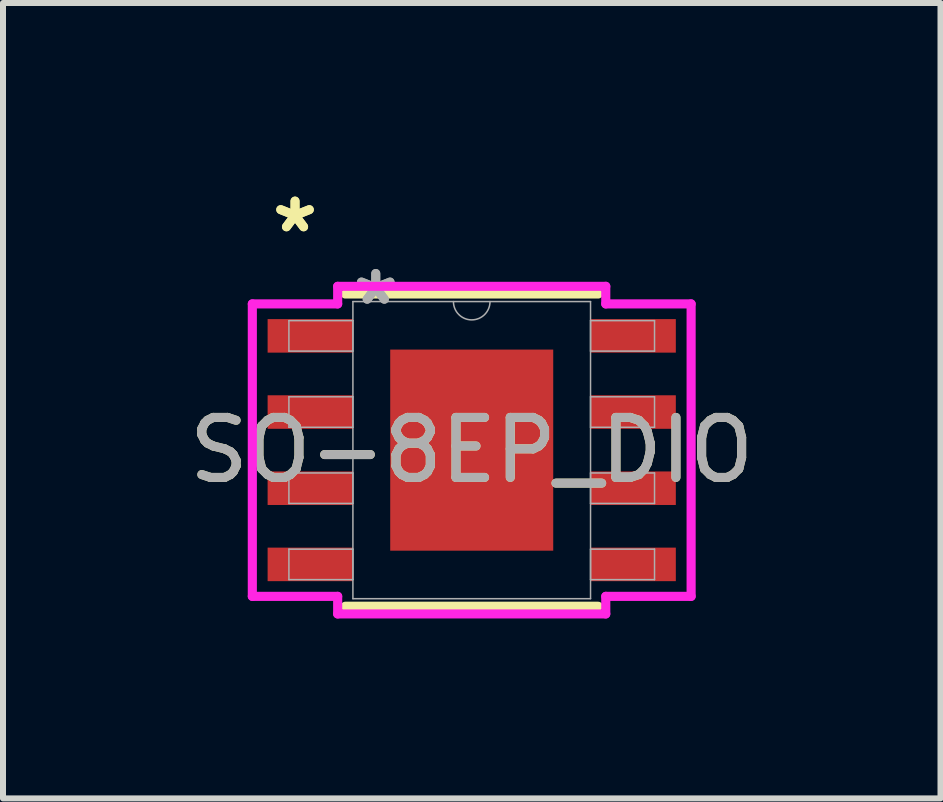
<source format=kicad_pcb>
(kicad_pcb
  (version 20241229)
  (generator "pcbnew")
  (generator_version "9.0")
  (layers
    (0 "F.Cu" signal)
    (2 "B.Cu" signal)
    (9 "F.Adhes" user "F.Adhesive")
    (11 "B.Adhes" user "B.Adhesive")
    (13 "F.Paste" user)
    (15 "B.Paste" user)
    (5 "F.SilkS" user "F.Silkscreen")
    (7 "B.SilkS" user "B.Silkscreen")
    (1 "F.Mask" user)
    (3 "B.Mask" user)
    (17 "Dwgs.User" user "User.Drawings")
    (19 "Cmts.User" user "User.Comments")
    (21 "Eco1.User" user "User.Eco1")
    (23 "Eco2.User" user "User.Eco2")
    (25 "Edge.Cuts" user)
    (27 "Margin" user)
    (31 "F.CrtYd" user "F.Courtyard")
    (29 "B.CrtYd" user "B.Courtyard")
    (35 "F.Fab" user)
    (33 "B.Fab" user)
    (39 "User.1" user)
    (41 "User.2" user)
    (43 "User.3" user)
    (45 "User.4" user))
  (footprint "SO-8EP_DIO"
    (layer "F.Cu")
    (at 4.815 4.455)
    (property "Reference" "SO-8EP_DIO" (at 0 0 0) (unlocked yes) (layer "F.SilkS") (effects (font (size 1 1) (thickness 0.15))))
    (attr smd)
    (fp_line (start -2.108 2.603) (end 2.108 2.603) (stroke (width 0.152) (type solid)) (layer "F.SilkS"))
    (fp_line (start 2.108 -2.603) (end -2.108 -2.603) (stroke (width 0.152) (type solid)) (layer "F.SilkS"))
    (fp_poly (pts (xy -1.259 -1.576) (xy -1.259 -0.1) (xy -0.1 -0.1) (xy -0.1 -1.576)) (stroke (width 0) (type solid)) (fill yes) (layer "F.Paste"))
    (fp_poly (pts (xy -1.259 0.1) (xy -1.259 1.576) (xy -0.1 1.576) (xy -0.1 0.1)) (stroke (width 0) (type solid)) (fill yes) (layer "F.Paste"))
    (fp_poly (pts (xy 0.1 -1.576) (xy 0.1 -0.1) (xy 1.259 -0.1) (xy 1.259 -1.576)) (stroke (width 0) (type solid)) (fill yes) (layer "F.Paste"))
    (fp_poly (pts (xy 0.1 0.1) (xy 0.1 1.576) (xy 1.259 1.576) (xy 1.259 0.1)) (stroke (width 0) (type solid)) (fill yes) (layer "F.Paste"))
    (fp_line (start -3.658 -2.438) (end -2.235 -2.438) (stroke (width 0.152) (type solid)) (layer "F.CrtYd"))
    (fp_line (start -3.658 2.438) (end -3.658 -2.438) (stroke (width 0.152) (type solid)) (layer "F.CrtYd"))
    (fp_line (start -3.658 2.438) (end -2.235 2.438) (stroke (width 0.152) (type solid)) (layer "F.CrtYd"))
    (fp_line (start -2.235 -2.731) (end 2.235 -2.731) (stroke (width 0.152) (type solid)) (layer "F.CrtYd"))
    (fp_line (start -2.235 -2.438) (end -2.235 -2.731) (stroke (width 0.152) (type solid)) (layer "F.CrtYd"))
    (fp_line (start -2.235 2.731) (end -2.235 2.438) (stroke (width 0.152) (type solid)) (layer "F.CrtYd"))
    (fp_line (start 2.235 -2.731) (end 2.235 -2.438) (stroke (width 0.152) (type solid)) (layer "F.CrtYd"))
    (fp_line (start 2.235 2.438) (end 2.235 2.731) (stroke (width 0.152) (type solid)) (layer "F.CrtYd"))
    (fp_line (start 2.235 2.731) (end -2.235 2.731) (stroke (width 0.152) (type solid)) (layer "F.CrtYd"))
    (fp_line (start 3.658 -2.438) (end 2.235 -2.438) (stroke (width 0.152) (type solid)) (layer "F.CrtYd"))
    (fp_line (start 3.658 -2.438) (end 3.658 2.438) (stroke (width 0.152) (type solid)) (layer "F.CrtYd"))
    (fp_line (start 3.658 2.438) (end 2.235 2.438) (stroke (width 0.152) (type solid)) (layer "F.CrtYd"))
    (fp_line (start -3.048 -2.159) (end -3.048 -1.651) (stroke (width 0.025) (type solid)) (layer "F.Fab"))
    (fp_line (start -3.048 -1.651) (end -1.981 -1.651) (stroke (width 0.025) (type solid)) (layer "F.Fab"))
    (fp_line (start -3.048 -0.889) (end -3.048 -0.381) (stroke (width 0.025) (type solid)) (layer "F.Fab"))
    (fp_line (start -3.048 -0.381) (end -1.981 -0.381) (stroke (width 0.025) (type solid)) (layer "F.Fab"))
    (fp_line (start -3.048 0.381) (end -3.048 0.889) (stroke (width 0.025) (type solid)) (layer "F.Fab"))
    (fp_line (start -3.048 0.889) (end -1.981 0.889) (stroke (width 0.025) (type solid)) (layer "F.Fab"))
    (fp_line (start -3.048 1.651) (end -3.048 2.159) (stroke (width 0.025) (type solid)) (layer "F.Fab"))
    (fp_line (start -3.048 2.159) (end -1.981 2.159) (stroke (width 0.025) (type solid)) (layer "F.Fab"))
    (fp_line (start -1.981 -2.477) (end -1.981 2.477) (stroke (width 0.025) (type solid)) (layer "F.Fab"))
    (fp_line (start -1.981 -2.159) (end -3.048 -2.159) (stroke (width 0.025) (type solid)) (layer "F.Fab"))
    (fp_line (start -1.981 -1.651) (end -1.981 -2.159) (stroke (width 0.025) (type solid)) (layer "F.Fab"))
    (fp_line (start -1.981 -0.889) (end -3.048 -0.889) (stroke (width 0.025) (type solid)) (layer "F.Fab"))
    (fp_line (start -1.981 -0.381) (end -1.981 -0.889) (stroke (width 0.025) (type solid)) (layer "F.Fab"))
    (fp_line (start -1.981 0.381) (end -3.048 0.381) (stroke (width 0.025) (type solid)) (layer "F.Fab"))
    (fp_line (start -1.981 0.889) (end -1.981 0.381) (stroke (width 0.025) (type solid)) (layer "F.Fab"))
    (fp_line (start -1.981 1.651) (end -3.048 1.651) (stroke (width 0.025) (type solid)) (layer "F.Fab"))
    (fp_line (start -1.981 2.159) (end -1.981 1.651) (stroke (width 0.025) (type solid)) (layer "F.Fab"))
    (fp_line (start -1.981 2.477) (end 1.981 2.477) (stroke (width 0.025) (type solid)) (layer "F.Fab"))
    (fp_line (start 1.981 -2.477) (end -1.981 -2.477) (stroke (width 0.025) (type solid)) (layer "F.Fab"))
    (fp_line (start 1.981 -2.159) (end 1.981 -1.651) (stroke (width 0.025) (type solid)) (layer "F.Fab"))
    (fp_line (start 1.981 -1.651) (end 3.048 -1.651) (stroke (width 0.025) (type solid)) (layer "F.Fab"))
    (fp_line (start 1.981 -0.889) (end 1.981 -0.381) (stroke (width 0.025) (type solid)) (layer "F.Fab"))
    (fp_line (start 1.981 -0.381) (end 3.048 -0.381) (stroke (width 0.025) (type solid)) (layer "F.Fab"))
    (fp_line (start 1.981 0.381) (end 1.981 0.889) (stroke (width 0.025) (type solid)) (layer "F.Fab"))
    (fp_line (start 1.981 0.889) (end 3.048 0.889) (stroke (width 0.025) (type solid)) (layer "F.Fab"))
    (fp_line (start 1.981 1.651) (end 1.981 2.159) (stroke (width 0.025) (type solid)) (layer "F.Fab"))
    (fp_line (start 1.981 2.159) (end 3.048 2.159) (stroke (width 0.025) (type solid)) (layer "F.Fab"))
    (fp_line (start 1.981 2.477) (end 1.981 -2.477) (stroke (width 0.025) (type solid)) (layer "F.Fab"))
    (fp_line (start 3.048 -2.159) (end 1.981 -2.159) (stroke (width 0.025) (type solid)) (layer "F.Fab"))
    (fp_line (start 3.048 -1.651) (end 3.048 -2.159) (stroke (width 0.025) (type solid)) (layer "F.Fab"))
    (fp_line (start 3.048 -0.889) (end 1.981 -0.889) (stroke (width 0.025) (type solid)) (layer "F.Fab"))
    (fp_line (start 3.048 -0.381) (end 3.048 -0.889) (stroke (width 0.025) (type solid)) (layer "F.Fab"))
    (fp_line (start 3.048 0.381) (end 1.981 0.381) (stroke (width 0.025) (type solid)) (layer "F.Fab"))
    (fp_line (start 3.048 0.889) (end 3.048 0.381) (stroke (width 0.025) (type solid)) (layer "F.Fab"))
    (fp_line (start 3.048 1.651) (end 1.981 1.651) (stroke (width 0.025) (type solid)) (layer "F.Fab"))
    (fp_line (start 3.048 2.159) (end 3.048 1.651) (stroke (width 0.025) (type solid)) (layer "F.Fab"))
    (fp_arc (start 0.3048 -2.4765) (mid 0 -2.1717) (end -0.3048 -2.4765) (stroke (width 0.0254) (type solid)) (layer "F.Fab"))
    (fp_text user "*" (at -2.946 -3.607 0) (unlocked yes) (layer "F.SilkS") (effects (font (size 1 1) (thickness 0.15))))
    (fp_text user "*" (at -2.946 -3.607 0) (layer "F.SilkS") (effects (font (size 1 1) (thickness 0.15))))
    (fp_text user "${REFERENCE}" (at 0 0 0) (unlocked yes) (layer "F.Fab") (effects (font (size 1 1) (thickness 0.15))))
    (fp_text user "*" (at -1.6 -2.4 0) (unlocked yes) (layer "F.Fab") (effects (font (size 1 1) (thickness 0.15))))
    (fp_text user "*" (at -1.6 -2.4 0) (layer "F.Fab") (effects (font (size 1 1) (thickness 0.15))))
    (pad "1" smd rect (at -2.692 -1.905) (size 1.422 0.559) (layers "F.Cu" "F.Mask" "F.Paste"))
    (pad "2" smd rect (at -2.692 -0.635) (size 1.422 0.559) (layers "F.Cu" "F.Mask" "F.Paste"))
    (pad "3" smd rect (at -2.692 0.635) (size 1.422 0.559) (layers "F.Cu" "F.Mask" "F.Paste"))
    (pad "4" smd rect (at -2.692 1.905) (size 1.422 0.559) (layers "F.Cu" "F.Mask" "F.Paste"))
    (pad "5" smd rect (at 2.692 1.905) (size 1.422 0.559) (layers "F.Cu" "F.Mask" "F.Paste"))
    (pad "6" smd rect (at 2.692 0.635) (size 1.422 0.559) (layers "F.Cu" "F.Mask" "F.Paste"))
    (pad "7" smd rect (at 2.692 -0.635) (size 1.422 0.559) (layers "F.Cu" "F.Mask" "F.Paste"))
    (pad "8" smd rect (at 2.692 -1.905) (size 1.422 0.559) (layers "F.Cu" "F.Mask" "F.Paste"))
    (pad "EPAD" smd rect (at 0 0) (size 2.718 3.353) (layers "F.Cu" "F.Mask")))
  (gr_rect
    (start -3 -3)
    (end 12.631 10.262)
    (stroke (width 0.1) (type default))
    (fill no)
    (layer "Edge.Cuts")))
</source>
